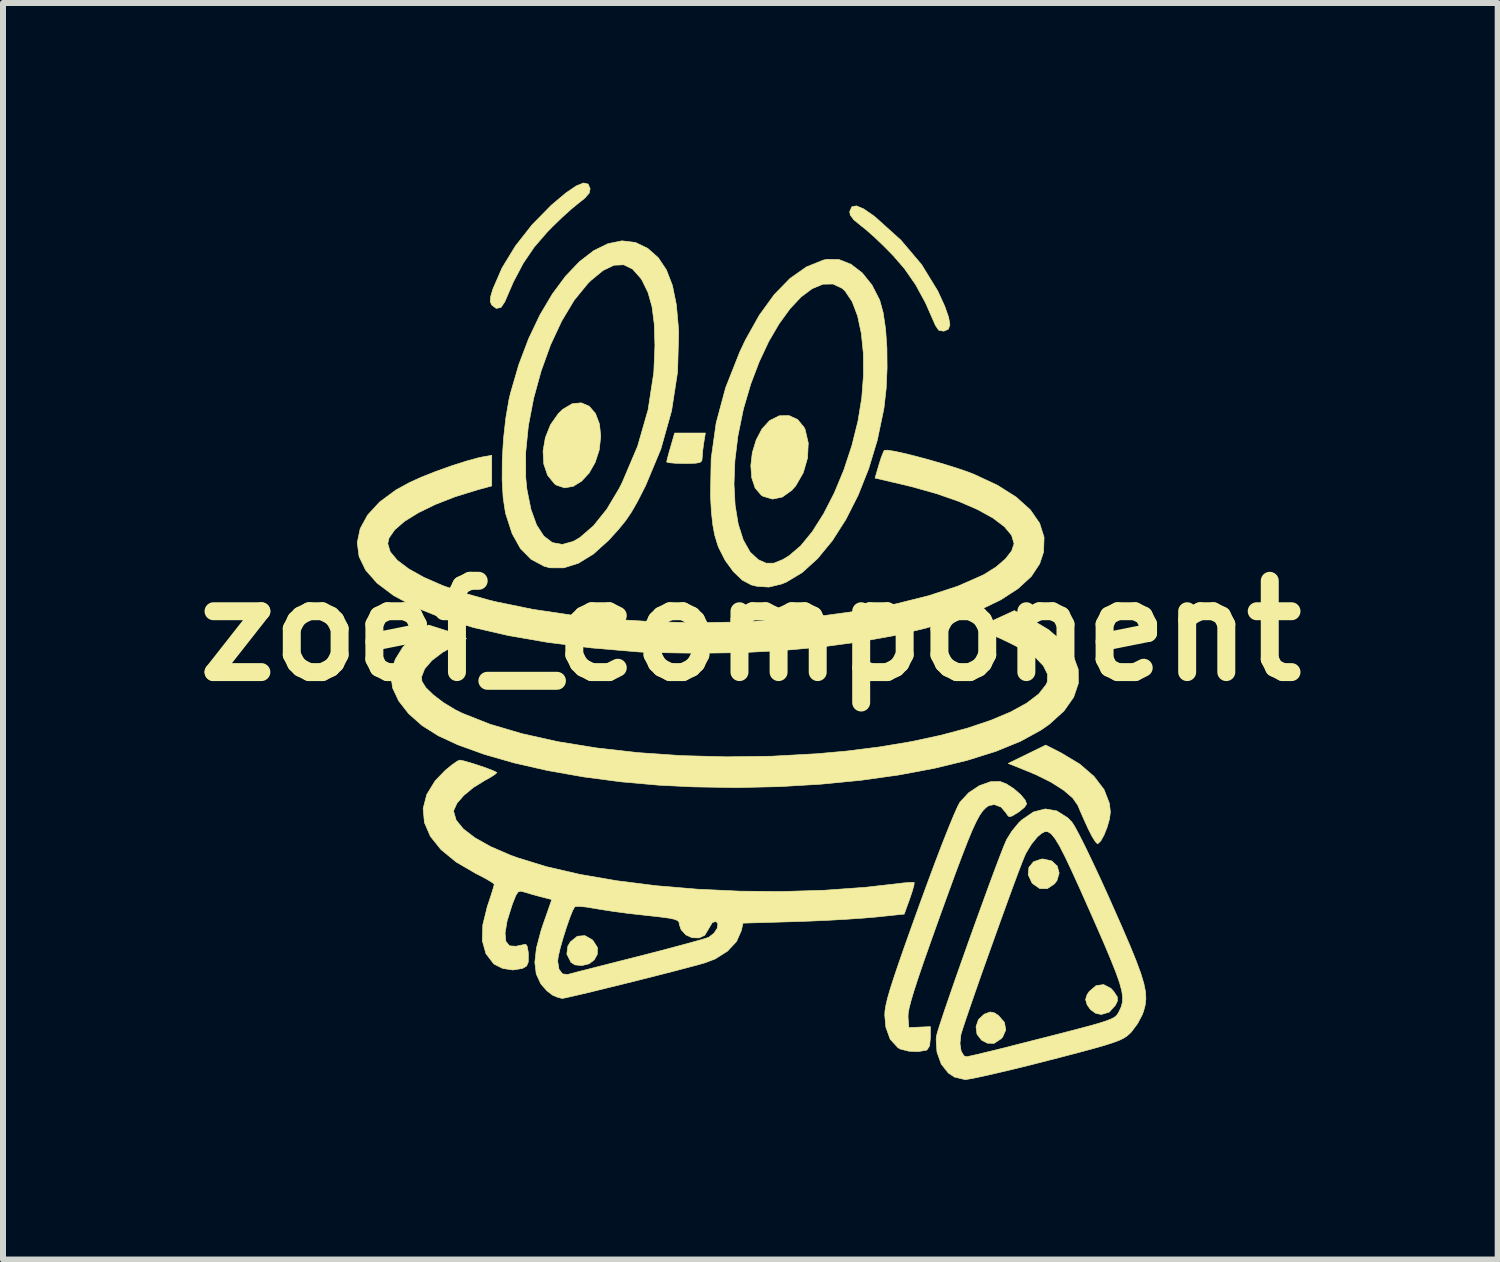
<source format=kicad_pcb>
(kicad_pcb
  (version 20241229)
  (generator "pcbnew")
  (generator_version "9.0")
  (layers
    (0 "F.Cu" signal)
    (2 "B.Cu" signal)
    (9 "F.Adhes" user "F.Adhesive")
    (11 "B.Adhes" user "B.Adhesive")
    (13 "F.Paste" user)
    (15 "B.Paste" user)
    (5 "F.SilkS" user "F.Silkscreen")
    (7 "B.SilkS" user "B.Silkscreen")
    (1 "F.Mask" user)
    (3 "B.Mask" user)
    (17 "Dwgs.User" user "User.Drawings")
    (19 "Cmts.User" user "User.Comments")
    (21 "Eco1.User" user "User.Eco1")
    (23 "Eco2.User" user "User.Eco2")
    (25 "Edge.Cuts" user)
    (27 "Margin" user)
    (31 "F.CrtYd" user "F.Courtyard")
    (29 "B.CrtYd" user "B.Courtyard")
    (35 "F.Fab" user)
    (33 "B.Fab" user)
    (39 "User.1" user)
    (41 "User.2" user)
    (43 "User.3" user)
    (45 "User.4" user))
  (footprint "zoef_component"
    (layer "F.Cu")
    (at 9.478 7.482)
    (property "Reference" "zoef_component" (at 0 0 0) (layer "F.SilkS") (effects (font (size 1.524 1.524) (thickness 0.3))))
    (attr through_hole)
    (fp_poly (pts (xy -2.641 5.158) (xy -2.626 5.173) (xy -2.552 5.289) (xy -2.556 5.403) (xy -2.606 5.494) (xy -2.693 5.56) (xy -2.812 5.589) (xy -2.928 5.578) (xy -2.995 5.535) (xy -3.064 5.398) (xy -3.047 5.264) (xy -3.003 5.192) (xy -2.889 5.1) (xy -2.763 5.089) (xy -2.641 5.158)) (stroke (width 0.01) (type solid)) (fill yes) (layer "F.SilkS"))
    (fp_poly (pts (xy 5.033 3.843) (xy 5.124 3.928) (xy 5.156 4.045) (xy 5.119 4.171) (xy 5.078 4.225) (xy 4.958 4.305) (xy 4.832 4.304) (xy 4.715 4.222) (xy 4.701 4.206) (xy 4.639 4.073) (xy 4.651 3.95) (xy 4.728 3.856) (xy 4.86 3.811) (xy 4.892 3.81) (xy 5.033 3.843)) (stroke (width 0.01) (type solid)) (fill yes) (layer "F.SilkS"))
    (fp_poly (pts (xy 4.078 6.38) (xy 4.143 6.424) (xy 4.242 6.537) (xy 4.265 6.663) (xy 4.212 6.784) (xy 4.185 6.812) (xy 4.07 6.888) (xy 3.956 6.885) (xy 3.859 6.833) (xy 3.784 6.735) (xy 3.768 6.611) (xy 3.809 6.49) (xy 3.904 6.402) (xy 3.91 6.399) (xy 4.004 6.364) (xy 4.078 6.38)) (stroke (width 0.01) (type solid)) (fill yes) (layer "F.SilkS"))
    (fp_poly (pts (xy 6.02 5.97) (xy 6.069 6.024) (xy 6.126 6.111) (xy 6.131 6.177) (xy 6.095 6.252) (xy 5.992 6.367) (xy 5.861 6.406) (xy 5.768 6.388) (xy 5.678 6.323) (xy 5.623 6.244) (xy 5.597 6.155) (xy 5.622 6.076) (xy 5.659 6.021) (xy 5.773 5.924) (xy 5.899 5.907) (xy 6.02 5.97)) (stroke (width 0.01) (type solid)) (fill yes) (layer "F.SilkS"))
    (fp_poly (pts (xy -0.777 -3.143) (xy -0.795 -3.011) (xy -0.804 -2.898) (xy -0.804 -2.889) (xy -0.81 -2.839) (xy -0.84 -2.811) (xy -0.912 -2.798) (xy -1.045 -2.794) (xy -1.101 -2.794) (xy -1.247 -2.797) (xy -1.353 -2.806) (xy -1.397 -2.818) (xy -1.397 -2.819) (xy -1.386 -2.871) (xy -1.358 -2.977) (xy -1.33 -3.073) (xy -1.264 -3.302) (xy -0.751 -3.302) (xy -0.777 -3.143)) (stroke (width 0.01) (type solid)) (fill yes) (layer "F.SilkS"))
    (fp_poly (pts (xy -2.691 -3.75) (xy -2.587 -3.63) (xy -2.519 -3.452) (xy -2.498 -3.247) (xy -2.523 -3.019) (xy -2.591 -2.811) (xy -2.692 -2.634) (xy -2.818 -2.498) (xy -2.958 -2.412) (xy -3.102 -2.387) (xy -3.24 -2.433) (xy -3.268 -2.453) (xy -3.385 -2.596) (xy -3.449 -2.784) (xy -3.461 -3) (xy -3.423 -3.224) (xy -3.337 -3.44) (xy -3.205 -3.628) (xy -3.131 -3.699) (xy -2.973 -3.792) (xy -2.823 -3.806) (xy -2.691 -3.75)) (stroke (width 0.01) (type solid)) (fill yes) (layer "F.SilkS"))
    (fp_poly (pts (xy 0.789 -3.528) (xy 0.898 -3.396) (xy 0.914 -3.363) (xy 0.967 -3.136) (xy 0.955 -2.886) (xy 0.884 -2.64) (xy 0.759 -2.422) (xy 0.692 -2.346) (xy 0.534 -2.233) (xy 0.37 -2.199) (xy 0.212 -2.246) (xy 0.182 -2.265) (xy 0.08 -2.384) (xy 0.023 -2.555) (xy 0.008 -2.759) (xy 0.033 -2.975) (xy 0.097 -3.186) (xy 0.195 -3.372) (xy 0.322 -3.51) (xy 0.482 -3.59) (xy 0.644 -3.594) (xy 0.789 -3.528)) (stroke (width 0.01) (type solid)) (fill yes) (layer "F.SilkS"))
    (fp_poly (pts (xy -2.709 -7.459) (xy -2.675 -7.381) (xy -2.69 -7.309) (xy -2.763 -7.225) (xy -2.869 -7.14) (xy -2.988 -7.043) (xy -3.141 -6.905) (xy -3.303 -6.748) (xy -3.396 -6.653) (xy -3.609 -6.406) (xy -3.792 -6.137) (xy -3.957 -5.824) (xy -4.1 -5.493) (xy -4.164 -5.398) (xy -4.243 -5.383) (xy -4.317 -5.438) (xy -4.343 -5.496) (xy -4.335 -5.583) (xy -4.3 -5.703) (xy -4.145 -6.06) (xy -3.922 -6.425) (xy -3.643 -6.78) (xy -3.322 -7.107) (xy -3.079 -7.311) (xy -2.909 -7.427) (xy -2.786 -7.477) (xy -2.709 -7.459)) (stroke (width 0.01) (type solid)) (fill yes) (layer "F.SilkS"))
    (fp_poly (pts (xy 5.193 2.041) (xy 5.499 2.225) (xy 5.738 2.431) (xy 5.906 2.652) (xy 5.996 2.884) (xy 6.011 3.027) (xy 5.996 3.144) (xy 5.957 3.28) (xy 5.905 3.411) (xy 5.849 3.511) (xy 5.8 3.556) (xy 5.795 3.556) (xy 5.76 3.52) (xy 5.702 3.427) (xy 5.636 3.296) (xy 5.634 3.291) (xy 5.564 3.137) (xy 5.503 2.998) (xy 5.467 2.912) (xy 5.384 2.793) (xy 5.232 2.662) (xy 5.023 2.529) (xy 4.768 2.402) (xy 4.661 2.357) (xy 4.306 2.214) (xy 4.619 2.061) (xy 4.932 1.908) (xy 5.193 2.041)) (stroke (width 0.01) (type solid)) (fill yes) (layer "F.SilkS"))
    (fp_poly (pts (xy 1.891 -7.045) (xy 2.059 -6.929) (xy 2.09 -6.904) (xy 2.514 -6.522) (xy 2.86 -6.113) (xy 3.129 -5.674) (xy 3.246 -5.418) (xy 3.311 -5.233) (xy 3.332 -5.109) (xy 3.306 -5.036) (xy 3.234 -5.004) (xy 3.228 -5.003) (xy 3.147 -5.017) (xy 3.091 -5.097) (xy 3.086 -5.109) (xy 2.925 -5.475) (xy 2.759 -5.78) (xy 2.574 -6.046) (xy 2.388 -6.261) (xy 2.231 -6.421) (xy 2.07 -6.575) (xy 1.926 -6.702) (xy 1.857 -6.756) (xy 1.73 -6.86) (xy 1.668 -6.941) (xy 1.659 -7) (xy 1.695 -7.08) (xy 1.771 -7.095) (xy 1.891 -7.045)) (stroke (width 0.01) (type solid)) (fill yes) (layer "F.SilkS"))
    (fp_poly (pts (xy 4.278 2.558) (xy 4.399 2.637) (xy 4.51 2.733) (xy 4.589 2.827) (xy 4.613 2.891) (xy 4.579 2.944) (xy 4.496 3.014) (xy 4.465 3.035) (xy 4.371 3.092) (xy 4.321 3.104) (xy 4.289 3.073) (xy 4.275 3.047) (xy 4.186 2.943) (xy 4.074 2.901) (xy 3.982 2.919) (xy 3.932 2.953) (xy 3.883 3.003) (xy 3.831 3.077) (xy 3.773 3.183) (xy 3.706 3.327) (xy 3.627 3.517) (xy 3.533 3.76) (xy 3.419 4.063) (xy 3.284 4.434) (xy 3.171 4.745) (xy 3.023 5.16) (xy 2.902 5.503) (xy 2.807 5.781) (xy 2.735 6.002) (xy 2.684 6.172) (xy 2.651 6.299) (xy 2.635 6.391) (xy 2.633 6.451) (xy 2.646 6.625) (xy 2.826 6.617) (xy 3.006 6.609) (xy 3.006 6.793) (xy 2.993 6.929) (xy 2.951 6.996) (xy 2.939 7.002) (xy 2.804 7.026) (xy 2.646 7.019) (xy 2.507 6.984) (xy 2.465 6.961) (xy 2.335 6.82) (xy 2.262 6.617) (xy 2.244 6.417) (xy 2.248 6.344) (xy 2.263 6.253) (xy 2.29 6.137) (xy 2.333 5.988) (xy 2.394 5.797) (xy 2.475 5.556) (xy 2.579 5.258) (xy 2.709 4.894) (xy 2.811 4.61) (xy 2.951 4.227) (xy 3.082 3.875) (xy 3.202 3.561) (xy 3.308 3.293) (xy 3.395 3.082) (xy 3.461 2.934) (xy 3.499 2.862) (xy 3.644 2.705) (xy 3.821 2.587) (xy 4.007 2.52) (xy 4.171 2.516) (xy 4.278 2.558)) (stroke (width 0.01) (type solid)) (fill yes) (layer "F.SilkS"))
    (fp_poly (pts (xy -1.918 -6.484) (xy -1.713 -6.385) (xy -1.537 -6.229) (xy -1.401 -6.025) (xy -1.301 -5.766) (xy -1.235 -5.442) (xy -1.2 -5.048) (xy -1.197 -4.974) (xy -1.215 -4.323) (xy -1.315 -3.673) (xy -1.494 -3.035) (xy -1.75 -2.421) (xy -1.763 -2.397) (xy -1.88 -2.166) (xy -1.981 -1.989) (xy -2.08 -1.842) (xy -2.196 -1.699) (xy -2.343 -1.536) (xy -2.369 -1.509) (xy -2.62 -1.282) (xy -2.871 -1.128) (xy -3.115 -1.051) (xy -3.348 -1.052) (xy -3.444 -1.078) (xy -3.661 -1.194) (xy -3.838 -1.373) (xy -3.977 -1.622) (xy -4.082 -1.945) (xy -4.09 -1.978) (xy -4.127 -2.219) (xy -4.144 -2.518) (xy -4.142 -2.855) (xy -4.135 -2.976) (xy -3.751 -2.976) (xy -3.75 -2.556) (xy -3.73 -2.358) (xy -3.663 -2.026) (xy -3.569 -1.767) (xy -3.449 -1.582) (xy -3.306 -1.473) (xy -3.142 -1.442) (xy -2.958 -1.492) (xy -2.847 -1.556) (xy -2.618 -1.754) (xy -2.396 -2.031) (xy -2.187 -2.381) (xy -2.139 -2.477) (xy -1.882 -3.082) (xy -1.707 -3.691) (xy -1.612 -4.313) (xy -1.593 -4.763) (xy -1.604 -5.119) (xy -1.641 -5.409) (xy -1.708 -5.647) (xy -1.806 -5.848) (xy -1.831 -5.887) (xy -1.966 -6.039) (xy -2.113 -6.111) (xy -2.277 -6.104) (xy -2.459 -6.016) (xy -2.664 -5.848) (xy -2.713 -5.799) (xy -2.941 -5.52) (xy -3.15 -5.172) (xy -3.336 -4.773) (xy -3.493 -4.338) (xy -3.618 -3.883) (xy -3.706 -3.424) (xy -3.751 -2.976) (xy -4.135 -2.976) (xy -4.121 -3.207) (xy -4.083 -3.551) (xy -4.029 -3.865) (xy -4.005 -3.966) (xy -3.867 -4.441) (xy -3.701 -4.879) (xy -3.513 -5.274) (xy -3.306 -5.623) (xy -3.084 -5.922) (xy -2.853 -6.164) (xy -2.617 -6.346) (xy -2.379 -6.463) (xy -2.145 -6.511) (xy -1.918 -6.484)) (stroke (width 0.01) (type solid)) (fill yes) (layer "F.SilkS"))
    (fp_poly (pts (xy 1.48 -6.199) (xy 1.68 -6.12) (xy 1.867 -5.976) (xy 2.03 -5.774) (xy 2.158 -5.525) (xy 2.161 -5.517) (xy 2.218 -5.308) (xy 2.258 -5.037) (xy 2.28 -4.723) (xy 2.283 -4.386) (xy 2.268 -4.048) (xy 2.232 -3.728) (xy 2.223 -3.676) (xy 2.119 -3.18) (xy 1.976 -2.707) (xy 1.8 -2.264) (xy 1.596 -1.861) (xy 1.369 -1.505) (xy 1.124 -1.207) (xy 0.866 -0.973) (xy 0.6 -0.813) (xy 0.521 -0.781) (xy 0.309 -0.73) (xy 0.104 -0.744) (xy 0.016 -0.766) (xy -0.133 -0.845) (xy -0.284 -0.989) (xy -0.421 -1.177) (xy -0.53 -1.392) (xy -0.548 -1.442) (xy -0.595 -1.598) (xy -0.627 -1.77) (xy -0.65 -1.98) (xy -0.665 -2.252) (xy -0.665 -2.265) (xy -0.662 -2.451) (xy -0.273 -2.451) (xy -0.254 -2.095) (xy -0.202 -1.78) (xy -0.118 -1.516) (xy -0.003 -1.313) (xy 0.135 -1.186) (xy 0.264 -1.129) (xy 0.392 -1.129) (xy 0.541 -1.189) (xy 0.645 -1.252) (xy 0.84 -1.418) (xy 1.035 -1.656) (xy 1.224 -1.955) (xy 1.402 -2.302) (xy 1.561 -2.685) (xy 1.695 -3.092) (xy 1.797 -3.501) (xy 1.86 -3.887) (xy 1.889 -4.267) (xy 1.887 -4.63) (xy 1.853 -4.964) (xy 1.791 -5.256) (xy 1.7 -5.496) (xy 1.583 -5.671) (xy 1.534 -5.717) (xy 1.38 -5.79) (xy 1.212 -5.787) (xy 1.033 -5.713) (xy 0.848 -5.575) (xy 0.663 -5.378) (xy 0.481 -5.128) (xy 0.308 -4.832) (xy 0.149 -4.494) (xy 0.007 -4.121) (xy -0.111 -3.72) (xy -0.122 -3.674) (xy -0.208 -3.251) (xy -0.258 -2.84) (xy -0.273 -2.451) (xy -0.662 -2.451) (xy -0.654 -2.875) (xy -0.571 -3.469) (xy -0.413 -4.058) (xy -0.177 -4.655) (xy -0.083 -4.854) (xy 0.149 -5.268) (xy 0.398 -5.612) (xy 0.661 -5.882) (xy 0.935 -6.075) (xy 1.217 -6.189) (xy 1.279 -6.202) (xy 1.48 -6.199)) (stroke (width 0.01) (type solid)) (fill yes) (layer "F.SilkS"))
    (fp_poly (pts (xy 4.649 -0.215) (xy 4.976 -0.02) (xy 5.223 0.19) (xy 5.389 0.412) (xy 5.474 0.642) (xy 5.477 0.876) (xy 5.398 1.109) (xy 5.237 1.338) (xy 4.992 1.56) (xy 4.853 1.657) (xy 4.512 1.844) (xy 4.096 2.014) (xy 3.613 2.165) (xy 3.071 2.296) (xy 2.479 2.407) (xy 1.845 2.496) (xy 1.177 2.561) (xy 0.483 2.602) (xy -0.229 2.618) (xy -0.95 2.606) (xy -1.524 2.578) (xy -2.164 2.521) (xy -2.786 2.439) (xy -3.381 2.334) (xy -3.936 2.208) (xy -4.441 2.063) (xy -4.882 1.904) (xy -5.211 1.752) (xy -5.482 1.581) (xy -5.705 1.384) (xy -5.871 1.171) (xy -5.973 0.954) (xy -6.003 0.741) (xy -5.995 0.668) (xy -5.927 0.475) (xy -5.804 0.276) (xy -5.646 0.101) (xy -5.552 0.025) (xy -5.375 -0.097) (xy -5.058 0.003) (xy -4.909 0.053) (xy -4.798 0.096) (xy -4.744 0.125) (xy -4.741 0.129) (xy -4.776 0.16) (xy -4.862 0.21) (xy -4.9 0.228) (xy -5.136 0.358) (xy -5.318 0.496) (xy -5.438 0.636) (xy -5.49 0.769) (xy -5.483 0.845) (xy -5.418 0.949) (xy -5.292 1.071) (xy -5.124 1.199) (xy -4.929 1.317) (xy -4.809 1.377) (xy -4.346 1.56) (xy -3.811 1.718) (xy -3.214 1.851) (xy -2.565 1.956) (xy -1.874 2.034) (xy -1.15 2.084) (xy -0.404 2.104) (xy 0.356 2.094) (xy 1.119 2.052) (xy 1.607 2.008) (xy 2.164 1.938) (xy 2.689 1.85) (xy 3.176 1.745) (xy 3.619 1.627) (xy 4.01 1.496) (xy 4.344 1.356) (xy 4.614 1.208) (xy 4.815 1.055) (xy 4.938 0.898) (xy 4.958 0.854) (xy 4.963 0.726) (xy 4.893 0.585) (xy 4.768 0.453) (xy 4.667 0.384) (xy 4.513 0.296) (xy 4.334 0.204) (xy 4.155 0.119) (xy 4.002 0.056) (xy 3.969 0.045) (xy 3.869 0.006) (xy 3.815 -0.028) (xy 3.812 -0.035) (xy 3.848 -0.065) (xy 3.943 -0.118) (xy 4.078 -0.185) (xy 4.111 -0.2) (xy 4.408 -0.337) (xy 4.649 -0.215)) (stroke (width 0.01) (type solid)) (fill yes) (layer "F.SilkS"))
    (fp_poly (pts (xy 2.408 -2.997) (xy 2.576 -2.961) (xy 2.779 -2.91) (xy 3.001 -2.85) (xy 3.228 -2.784) (xy 3.444 -2.717) (xy 3.633 -2.652) (xy 3.732 -2.614) (xy 4.125 -2.431) (xy 4.439 -2.232) (xy 4.675 -2.02) (xy 4.83 -1.796) (xy 4.904 -1.561) (xy 4.896 -1.316) (xy 4.831 -1.12) (xy 4.691 -0.908) (xy 4.472 -0.706) (xy 4.181 -0.517) (xy 3.821 -0.343) (xy 3.399 -0.184) (xy 2.921 -0.042) (xy 2.392 0.082) (xy 1.817 0.185) (xy 1.201 0.268) (xy 0.551 0.328) (xy -0.128 0.364) (xy -0.831 0.374) (xy -0.931 0.373) (xy -1.189 0.37) (xy -1.431 0.366) (xy -1.639 0.361) (xy -1.794 0.357) (xy -1.863 0.353) (xy -2.652 0.286) (xy -3.378 0.194) (xy -4.038 0.08) (xy -4.628 -0.056) (xy -5.147 -0.214) (xy -5.591 -0.392) (xy -5.958 -0.59) (xy -6.232 -0.796) (xy -6.423 -1.013) (xy -6.533 -1.241) (xy -6.563 -1.473) (xy -6.514 -1.706) (xy -6.39 -1.933) (xy -6.19 -2.15) (xy -5.918 -2.351) (xy -5.694 -2.474) (xy -5.491 -2.566) (xy -5.248 -2.662) (xy -4.991 -2.754) (xy -4.747 -2.832) (xy -4.543 -2.888) (xy -4.477 -2.902) (xy -4.318 -2.93) (xy -4.318 -2.419) (xy -4.561 -2.352) (xy -4.93 -2.238) (xy -5.26 -2.109) (xy -5.543 -1.971) (xy -5.772 -1.829) (xy -5.937 -1.687) (xy -6.033 -1.549) (xy -6.054 -1.456) (xy -6.013 -1.319) (xy -5.894 -1.177) (xy -5.703 -1.033) (xy -5.448 -0.891) (xy -5.134 -0.754) (xy -4.768 -0.626) (xy -4.356 -0.511) (xy -4.255 -0.486) (xy -3.636 -0.359) (xy -2.979 -0.261) (xy -2.296 -0.192) (xy -1.595 -0.15) (xy -0.886 -0.135) (xy -0.179 -0.147) (xy 0.515 -0.185) (xy 1.188 -0.248) (xy 1.829 -0.336) (xy 2.429 -0.449) (xy 2.977 -0.586) (xy 3.463 -0.745) (xy 3.879 -0.928) (xy 3.907 -0.943) (xy 4.102 -1.065) (xy 4.259 -1.2) (xy 4.363 -1.334) (xy 4.403 -1.454) (xy 4.403 -1.456) (xy 4.362 -1.595) (xy 4.242 -1.738) (xy 4.052 -1.882) (xy 3.795 -2.024) (xy 3.479 -2.161) (xy 3.111 -2.289) (xy 2.695 -2.406) (xy 2.576 -2.435) (xy 2.082 -2.55) (xy 2.145 -2.767) (xy 2.186 -2.895) (xy 2.222 -2.986) (xy 2.237 -3.013) (xy 2.29 -3.016) (xy 2.408 -2.997)) (stroke (width 0.01) (type solid)) (fill yes) (layer "F.SilkS"))
    (fp_poly (pts (xy 5.116 3.007) (xy 5.298 3.122) (xy 5.368 3.193) (xy 5.414 3.264) (xy 5.489 3.403) (xy 5.587 3.597) (xy 5.703 3.838) (xy 5.832 4.113) (xy 5.969 4.413) (xy 6.031 4.553) (xy 6.201 4.937) (xy 6.337 5.253) (xy 6.442 5.511) (xy 6.519 5.72) (xy 6.57 5.889) (xy 6.598 6.027) (xy 6.604 6.144) (xy 6.593 6.248) (xy 6.566 6.349) (xy 6.545 6.407) (xy 6.467 6.556) (xy 6.362 6.697) (xy 6.337 6.723) (xy 6.291 6.763) (xy 6.236 6.8) (xy 6.162 6.836) (xy 6.059 6.875) (xy 5.918 6.92) (xy 5.729 6.974) (xy 5.482 7.041) (xy 5.168 7.123) (xy 4.965 7.175) (xy 4.648 7.256) (xy 4.351 7.329) (xy 4.086 7.391) (xy 3.865 7.441) (xy 3.698 7.476) (xy 3.599 7.492) (xy 3.584 7.493) (xy 3.408 7.451) (xy 3.306 7.384) (xy 3.187 7.233) (xy 3.116 7.035) (xy 3.106 6.891) (xy 3.5 6.891) (xy 3.519 7.016) (xy 3.565 7.095) (xy 3.608 7.112) (xy 3.662 7.101) (xy 3.787 7.073) (xy 3.97 7.029) (xy 4.202 6.972) (xy 4.47 6.904) (xy 4.741 6.835) (xy 5.108 6.742) (xy 5.402 6.666) (xy 5.631 6.605) (xy 5.805 6.557) (xy 5.931 6.517) (xy 6.018 6.484) (xy 6.076 6.454) (xy 6.113 6.424) (xy 6.137 6.391) (xy 6.158 6.353) (xy 6.16 6.349) (xy 6.193 6.276) (xy 6.212 6.201) (xy 6.216 6.116) (xy 6.201 6.011) (xy 6.165 5.877) (xy 6.105 5.707) (xy 6.019 5.491) (xy 5.905 5.219) (xy 5.759 4.885) (xy 5.667 4.677) (xy 5.501 4.304) (xy 5.364 4.003) (xy 5.252 3.767) (xy 5.161 3.59) (xy 5.086 3.467) (xy 5.023 3.39) (xy 4.968 3.355) (xy 4.915 3.354) (xy 4.861 3.383) (xy 4.801 3.433) (xy 4.786 3.448) (xy 4.693 3.562) (xy 4.605 3.707) (xy 4.579 3.762) (xy 4.535 3.872) (xy 4.469 4.044) (xy 4.386 4.267) (xy 4.29 4.53) (xy 4.185 4.82) (xy 4.075 5.127) (xy 3.964 5.437) (xy 3.856 5.74) (xy 3.757 6.024) (xy 3.669 6.278) (xy 3.597 6.489) (xy 3.545 6.646) (xy 3.517 6.737) (xy 3.515 6.745) (xy 3.5 6.891) (xy 3.106 6.891) (xy 3.102 6.818) (xy 3.108 6.764) (xy 3.128 6.689) (xy 3.174 6.545) (xy 3.241 6.343) (xy 3.326 6.095) (xy 3.424 5.812) (xy 3.532 5.505) (xy 3.646 5.184) (xy 3.762 4.861) (xy 3.876 4.547) (xy 3.983 4.253) (xy 4.081 3.989) (xy 4.165 3.767) (xy 4.231 3.598) (xy 4.276 3.493) (xy 4.28 3.485) (xy 4.366 3.346) (xy 4.482 3.205) (xy 4.53 3.159) (xy 4.726 3.025) (xy 4.924 2.974) (xy 5.116 3.007)) (stroke (width 0.01) (type solid)) (fill yes) (layer "F.SilkS"))
    (fp_poly (pts (xy -4.789 2.171) (xy -4.676 2.203) (xy -4.541 2.246) (xy -4.407 2.292) (xy -4.298 2.334) (xy -4.238 2.363) (xy -4.233 2.368) (xy -4.267 2.4) (xy -4.355 2.455) (xy -4.433 2.498) (xy -4.624 2.616) (xy -4.784 2.748) (xy -4.898 2.879) (xy -4.951 2.995) (xy -4.953 3.019) (xy -4.912 3.161) (xy -4.792 3.308) (xy -4.597 3.457) (xy -4.335 3.604) (xy -4.009 3.745) (xy -3.895 3.787) (xy -3.405 3.938) (xy -2.846 4.067) (xy -2.231 4.173) (xy -1.573 4.256) (xy -0.884 4.314) (xy -0.178 4.347) (xy 0.532 4.353) (xy 1.234 4.332) (xy 1.914 4.283) (xy 2.386 4.23) (xy 2.543 4.211) (xy 2.666 4.201) (xy 2.731 4.201) (xy 2.736 4.203) (xy 2.731 4.249) (xy 2.703 4.35) (xy 2.661 4.475) (xy 2.569 4.73) (xy 2.078 4.781) (xy 1.874 4.798) (xy 1.61 4.816) (xy 1.309 4.833) (xy 0.997 4.847) (xy 0.732 4.856) (xy -0.123 4.881) (xy -0.151 5.007) (xy -0.231 5.188) (xy -0.382 5.349) (xy -0.588 5.479) (xy -0.756 5.543) (xy -0.886 5.58) (xy -1.072 5.629) (xy -1.3 5.689) (xy -1.558 5.755) (xy -1.832 5.824) (xy -2.11 5.894) (xy -2.38 5.96) (xy -2.627 6.021) (xy -2.84 6.072) (xy -3.006 6.11) (xy -3.111 6.133) (xy -3.142 6.138) (xy -3.218 6.119) (xy -3.301 6.084) (xy -3.393 6.014) (xy -3.487 5.909) (xy -3.502 5.888) (xy -3.575 5.729) (xy -3.598 5.536) (xy -3.596 5.516) (xy -3.217 5.516) (xy -3.195 5.651) (xy -3.135 5.729) (xy -3.05 5.738) (xy -2.993 5.723) (xy -2.865 5.689) (xy -2.678 5.642) (xy -2.443 5.582) (xy -2.172 5.513) (xy -1.884 5.44) (xy -1.587 5.364) (xy -1.313 5.292) (xy -1.075 5.228) (xy -0.885 5.175) (xy -0.753 5.137) (xy -0.693 5.116) (xy -0.608 5.05) (xy -0.553 4.967) (xy -0.541 4.891) (xy -0.574 4.852) (xy -0.635 4.871) (xy -0.696 4.974) (xy -0.696 4.975) (xy -0.762 5.084) (xy -0.855 5.128) (xy -0.974 5.124) (xy -1.075 5.078) (xy -1.156 4.991) (xy -1.185 4.905) (xy -1.19 4.868) (xy -1.213 4.839) (xy -1.265 4.817) (xy -1.361 4.797) (xy -1.511 4.777) (xy -1.729 4.753) (xy -1.828 4.742) (xy -2.058 4.716) (xy -2.296 4.684) (xy -2.507 4.651) (xy -2.59 4.637) (xy -2.743 4.612) (xy -2.864 4.601) (xy -2.927 4.605) (xy -2.931 4.608) (xy -2.967 4.671) (xy -3.016 4.795) (xy -3.072 4.956) (xy -3.127 5.131) (xy -3.175 5.299) (xy -3.207 5.437) (xy -3.217 5.516) (xy -3.596 5.516) (xy -3.572 5.299) (xy -3.495 5.007) (xy -3.457 4.893) (xy -3.315 4.487) (xy -3.489 4.443) (xy -3.629 4.405) (xy -3.755 4.368) (xy -3.774 4.362) (xy -3.837 4.347) (xy -3.88 4.363) (xy -3.918 4.424) (xy -3.967 4.548) (xy -3.978 4.578) (xy -4.061 4.842) (xy -4.095 5.045) (xy -4.082 5.185) (xy -4.021 5.26) (xy -3.912 5.267) (xy -3.904 5.265) (xy -3.805 5.244) (xy -3.75 5.233) (xy -3.726 5.268) (xy -3.709 5.361) (xy -3.706 5.412) (xy -3.708 5.532) (xy -3.735 5.596) (xy -3.8 5.635) (xy -3.808 5.638) (xy -3.965 5.663) (xy -4.135 5.637) (xy -4.276 5.567) (xy -4.287 5.558) (xy -4.415 5.39) (xy -4.475 5.174) (xy -4.467 4.909) (xy -4.39 4.596) (xy -4.381 4.572) (xy -4.331 4.421) (xy -4.294 4.302) (xy -4.276 4.237) (xy -4.276 4.232) (xy -4.311 4.202) (xy -4.405 4.145) (xy -4.539 4.074) (xy -4.586 4.051) (xy -4.913 3.86) (xy -5.166 3.652) (xy -5.343 3.431) (xy -5.442 3.201) (xy -5.463 2.967) (xy -5.403 2.734) (xy -5.263 2.505) (xy -5.097 2.333) (xy -4.986 2.242) (xy -4.897 2.179) (xy -4.855 2.159) (xy -4.789 2.171)) (stroke (width 0.01) (type solid)) (fill yes) (layer "F.SilkS")))
  (gr_rect
    (start -3 -3)
    (end 21.956 17.98)
    (stroke (width 0.1) (type default))
    (fill no)
    (layer "Edge.Cuts")))
</source>
